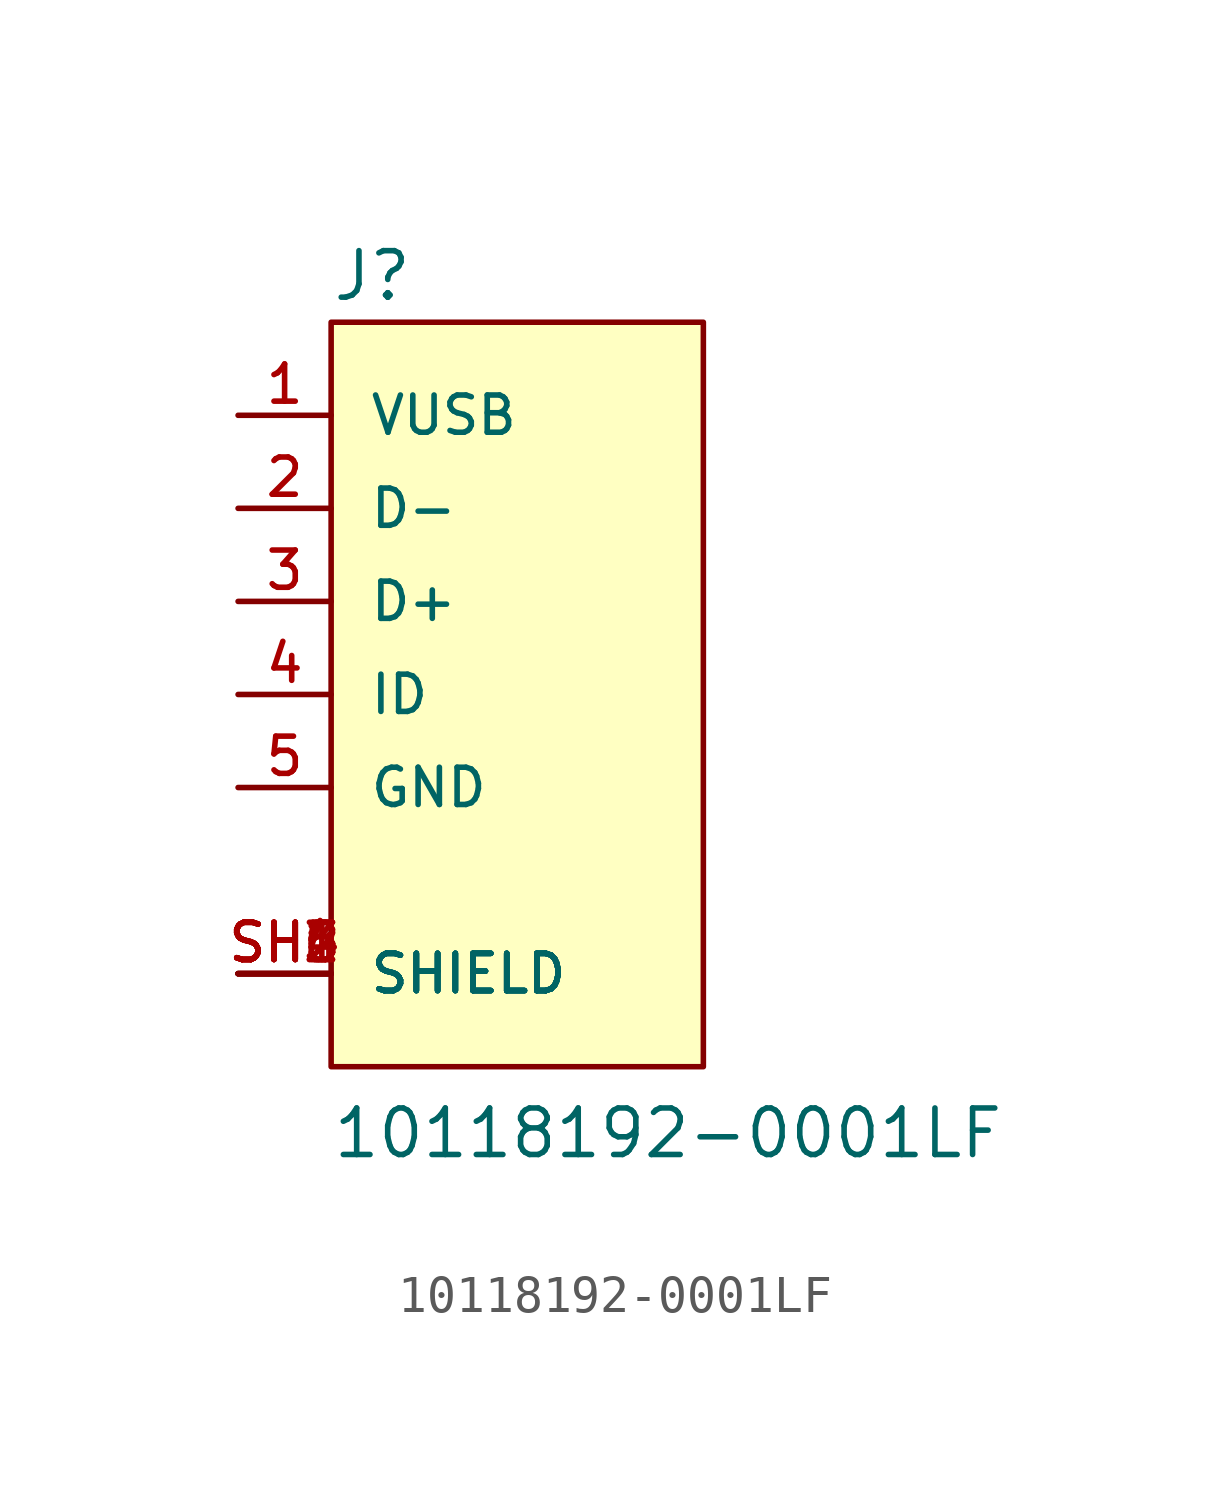
<source format=kicad_sym>
(kicad_symbol_lib
  (version 20231120)
  (generator "kicad_symbol_editor")
  (generator_version "8.0")
  (symbol "10118192-0001LF"
    (pin_names
      (offset 1.016))
    (property "Reference" "J"
      (at -5.086 10.681 0)
      (effects (font (size 1.27 1.27)) (justify left bottom)))
    (property "Value" "10118192-0001LF"
      (at -5.088 -12.72 0)
      (effects (font (size 1.27 1.27)) (justify left bottom)))
    (symbol "10118192-0001LF_0_0"
      (rectangle (start -5.08 -10.16) (end 5.08 10.16) (stroke (width 0.152) (type default)) (fill (type background)))
      (pin passive line (at -7.62 7.62 0) (length 2.54) (name "VUSB" (effects (font (size 1.016 1.016)))) (number "1" (effects (font (size 1.016 1.016)))))
      (pin passive line (at -7.62 5.08 0) (length 2.54) (name "D-" (effects (font (size 1.016 1.016)))) (number "2" (effects (font (size 1.016 1.016)))))
      (pin passive line (at -7.62 2.54 0) (length 2.54) (name "D+" (effects (font (size 1.016 1.016)))) (number "3" (effects (font (size 1.016 1.016)))))
      (pin passive line (at -7.62 0 0) (length 2.54) (name "ID" (effects (font (size 1.016 1.016)))) (number "4" (effects (font (size 1.016 1.016)))))
      (pin passive line (at -7.62 -2.54 0) (length 2.54) (name "GND" (effects (font (size 1.016 1.016)))) (number "5" (effects (font (size 1.016 1.016)))))
      (pin passive line (at -7.62 -7.62 0) (length 2.54) (name "SHIELD" (effects (font (size 1.016 1.016)))) (number "SH1" (effects (font (size 1.016 1.016)))))
      (pin passive line (at -7.62 -7.62 0) (length 2.54) (name "SHIELD" (effects (font (size 1.016 1.016)))) (number "SH2" (effects (font (size 1.016 1.016)))))
      (pin passive line (at -7.62 -7.62 0) (length 2.54) (name "SHIELD" (effects (font (size 1.016 1.016)))) (number "SH3" (effects (font (size 1.016 1.016)))))
      (pin passive line (at -7.62 -7.62 0) (length 2.54) (name "SHIELD" (effects (font (size 1.016 1.016)))) (number "SH4" (effects (font (size 1.016 1.016)))))
      (pin passive line (at -7.62 -7.62 0) (length 2.54) (name "SHIELD" (effects (font (size 1.016 1.016)))) (number "SH5" (effects (font (size 1.016 1.016)))))
      (pin passive line (at -7.62 -7.62 0) (length 2.54) (name "SHIELD" (effects (font (size 1.016 1.016)))) (number "SH6" (effects (font (size 1.016 1.016))))))))
</source>
